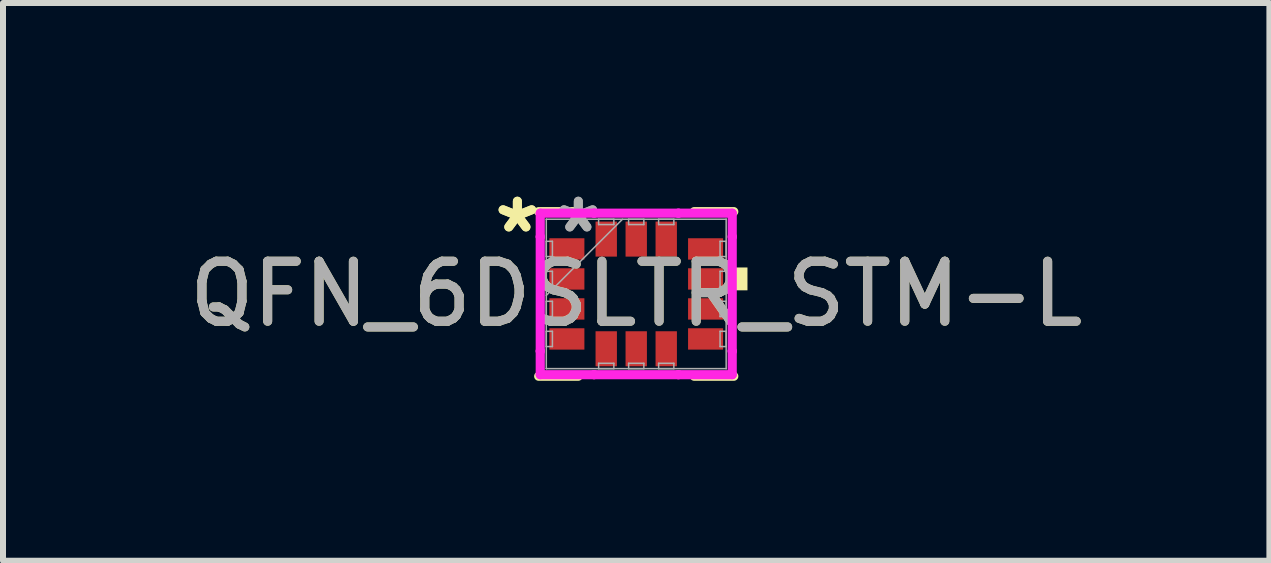
<source format=kicad_pcb>
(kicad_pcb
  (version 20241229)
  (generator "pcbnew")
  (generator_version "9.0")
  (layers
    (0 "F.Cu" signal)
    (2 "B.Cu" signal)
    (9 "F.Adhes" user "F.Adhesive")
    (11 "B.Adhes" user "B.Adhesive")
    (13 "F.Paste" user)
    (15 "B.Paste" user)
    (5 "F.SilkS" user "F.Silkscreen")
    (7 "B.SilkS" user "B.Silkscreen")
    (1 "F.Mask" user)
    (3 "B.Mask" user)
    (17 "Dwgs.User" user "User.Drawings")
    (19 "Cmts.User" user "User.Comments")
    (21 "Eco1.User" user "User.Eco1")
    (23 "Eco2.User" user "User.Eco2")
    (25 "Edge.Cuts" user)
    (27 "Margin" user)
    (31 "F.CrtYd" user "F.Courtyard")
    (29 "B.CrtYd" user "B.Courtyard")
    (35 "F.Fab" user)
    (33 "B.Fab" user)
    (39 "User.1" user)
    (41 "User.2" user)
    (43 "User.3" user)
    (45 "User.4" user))
  (footprint "QFN_6DSLTR_STM-L"
    (layer "F.Cu")
    (at 7.554 1.849)
    (property "Reference" "QFN_6DSLTR_STM-L" (at 0 0 0) (unlocked yes) (layer "F.SilkS") (effects (font (size 1 1) (thickness 0.15))))
    (attr smd)
    (fp_line (start -1.626 1.372) (end -0.967 1.372) (stroke (width 0.152) (type solid)) (layer "F.SilkS"))
    (fp_line (start -0.967 -1.372) (end -1.626 -1.372) (stroke (width 0.152) (type solid)) (layer "F.SilkS"))
    (fp_line (start 0.967 1.372) (end 1.626 1.372) (stroke (width 0.152) (type solid)) (layer "F.SilkS"))
    (fp_line (start 1.626 -1.372) (end 0.967 -1.372) (stroke (width 0.152) (type solid)) (layer "F.SilkS"))
    (fp_poly (pts (xy 1.854 -0.441) (xy 1.854 -0.06) (xy 1.6 -0.06) (xy 1.6 -0.441)) (stroke (width 0) (type solid)) (fill yes) (layer "F.SilkS"))
    (fp_line (start -1.6 -1.346) (end -0.703 -1.346) (stroke (width 0.152) (type solid)) (layer "F.CrtYd"))
    (fp_line (start -1.6 -0.953) (end -1.6 -1.346) (stroke (width 0.152) (type solid)) (layer "F.CrtYd"))
    (fp_line (start -1.6 -0.953) (end -1.6 -0.953) (stroke (width 0.152) (type solid)) (layer "F.CrtYd"))
    (fp_line (start -1.6 0.953) (end -1.6 -0.953) (stroke (width 0.152) (type solid)) (layer "F.CrtYd"))
    (fp_line (start -1.6 0.953) (end -1.6 0.953) (stroke (width 0.152) (type solid)) (layer "F.CrtYd"))
    (fp_line (start -1.6 1.346) (end -1.6 0.953) (stroke (width 0.152) (type solid)) (layer "F.CrtYd"))
    (fp_line (start -0.703 -1.346) (end -0.703 -1.346) (stroke (width 0.152) (type solid)) (layer "F.CrtYd"))
    (fp_line (start -0.703 -1.346) (end 0.703 -1.346) (stroke (width 0.152) (type solid)) (layer "F.CrtYd"))
    (fp_line (start -0.703 1.346) (end -1.6 1.346) (stroke (width 0.152) (type solid)) (layer "F.CrtYd"))
    (fp_line (start -0.703 1.346) (end -0.703 1.346) (stroke (width 0.152) (type solid)) (layer "F.CrtYd"))
    (fp_line (start 0.703 -1.346) (end 0.703 -1.346) (stroke (width 0.152) (type solid)) (layer "F.CrtYd"))
    (fp_line (start 0.703 -1.346) (end 1.6 -1.346) (stroke (width 0.152) (type solid)) (layer "F.CrtYd"))
    (fp_line (start 0.703 1.346) (end -0.703 1.346) (stroke (width 0.152) (type solid)) (layer "F.CrtYd"))
    (fp_line (start 0.703 1.346) (end 0.703 1.346) (stroke (width 0.152) (type solid)) (layer "F.CrtYd"))
    (fp_line (start 1.6 -1.346) (end 1.6 -0.953) (stroke (width 0.152) (type solid)) (layer "F.CrtYd"))
    (fp_line (start 1.6 -0.953) (end 1.6 -0.953) (stroke (width 0.152) (type solid)) (layer "F.CrtYd"))
    (fp_line (start 1.6 -0.953) (end 1.6 0.953) (stroke (width 0.152) (type solid)) (layer "F.CrtYd"))
    (fp_line (start 1.6 0.953) (end 1.6 0.953) (stroke (width 0.152) (type solid)) (layer "F.CrtYd"))
    (fp_line (start 1.6 0.953) (end 1.6 1.346) (stroke (width 0.152) (type solid)) (layer "F.CrtYd"))
    (fp_line (start 1.6 1.346) (end 0.703 1.346) (stroke (width 0.152) (type solid)) (layer "F.CrtYd"))
    (fp_line (start -1.499 -1.245) (end -1.499 -1.245) (stroke (width 0.025) (type solid)) (layer "F.Fab"))
    (fp_line (start -1.499 -1.245) (end -1.499 1.245) (stroke (width 0.025) (type solid)) (layer "F.Fab"))
    (fp_line (start -1.499 -0.877) (end -1.397 -0.877) (stroke (width 0.025) (type solid)) (layer "F.Fab"))
    (fp_line (start -1.499 -0.623) (end -1.499 -0.877) (stroke (width 0.025) (type solid)) (layer "F.Fab"))
    (fp_line (start -1.499 -0.377) (end -1.397 -0.377) (stroke (width 0.025) (type solid)) (layer "F.Fab"))
    (fp_line (start -1.499 -0.123) (end -1.499 -0.377) (stroke (width 0.025) (type solid)) (layer "F.Fab"))
    (fp_line (start -1.499 0.025) (end -0.229 -1.245) (stroke (width 0.025) (type solid)) (layer "F.Fab"))
    (fp_line (start -1.499 0.123) (end -1.397 0.123) (stroke (width 0.025) (type solid)) (layer "F.Fab"))
    (fp_line (start -1.499 0.377) (end -1.499 0.123) (stroke (width 0.025) (type solid)) (layer "F.Fab"))
    (fp_line (start -1.499 0.623) (end -1.397 0.623) (stroke (width 0.025) (type solid)) (layer "F.Fab"))
    (fp_line (start -1.499 0.877) (end -1.499 0.623) (stroke (width 0.025) (type solid)) (layer "F.Fab"))
    (fp_line (start -1.499 1.245) (end -1.499 1.245) (stroke (width 0.025) (type solid)) (layer "F.Fab"))
    (fp_line (start -1.499 1.245) (end 1.499 1.245) (stroke (width 0.025) (type solid)) (layer "F.Fab"))
    (fp_line (start -1.397 -0.877) (end -1.397 -0.623) (stroke (width 0.025) (type solid)) (layer "F.Fab"))
    (fp_line (start -1.397 -0.623) (end -1.499 -0.623) (stroke (width 0.025) (type solid)) (layer "F.Fab"))
    (fp_line (start -1.397 -0.377) (end -1.397 -0.123) (stroke (width 0.025) (type solid)) (layer "F.Fab"))
    (fp_line (start -1.397 -0.123) (end -1.499 -0.123) (stroke (width 0.025) (type solid)) (layer "F.Fab"))
    (fp_line (start -1.397 0.123) (end -1.397 0.377) (stroke (width 0.025) (type solid)) (layer "F.Fab"))
    (fp_line (start -1.397 0.377) (end -1.499 0.377) (stroke (width 0.025) (type solid)) (layer "F.Fab"))
    (fp_line (start -1.397 0.623) (end -1.397 0.877) (stroke (width 0.025) (type solid)) (layer "F.Fab"))
    (fp_line (start -1.397 0.877) (end -1.499 0.877) (stroke (width 0.025) (type solid)) (layer "F.Fab"))
    (fp_line (start -0.627 -1.245) (end -0.373 -1.245) (stroke (width 0.025) (type solid)) (layer "F.Fab"))
    (fp_line (start -0.627 -1.156) (end -0.627 -1.245) (stroke (width 0.025) (type solid)) (layer "F.Fab"))
    (fp_line (start -0.627 1.156) (end -0.373 1.156) (stroke (width 0.025) (type solid)) (layer "F.Fab"))
    (fp_line (start -0.627 1.245) (end -0.627 1.156) (stroke (width 0.025) (type solid)) (layer "F.Fab"))
    (fp_line (start -0.373 -1.245) (end -0.373 -1.156) (stroke (width 0.025) (type solid)) (layer "F.Fab"))
    (fp_line (start -0.373 -1.156) (end -0.627 -1.156) (stroke (width 0.025) (type solid)) (layer "F.Fab"))
    (fp_line (start -0.373 1.156) (end -0.373 1.245) (stroke (width 0.025) (type solid)) (layer "F.Fab"))
    (fp_line (start -0.373 1.245) (end -0.627 1.245) (stroke (width 0.025) (type solid)) (layer "F.Fab"))
    (fp_line (start -0.127 -1.245) (end 0.127 -1.245) (stroke (width 0.025) (type solid)) (layer "F.Fab"))
    (fp_line (start -0.127 -1.156) (end -0.127 -1.245) (stroke (width 0.025) (type solid)) (layer "F.Fab"))
    (fp_line (start -0.127 1.156) (end 0.127 1.156) (stroke (width 0.025) (type solid)) (layer "F.Fab"))
    (fp_line (start -0.127 1.245) (end -0.127 1.156) (stroke (width 0.025) (type solid)) (layer "F.Fab"))
    (fp_line (start 0.127 -1.245) (end 0.127 -1.156) (stroke (width 0.025) (type solid)) (layer "F.Fab"))
    (fp_line (start 0.127 -1.156) (end -0.127 -1.156) (stroke (width 0.025) (type solid)) (layer "F.Fab"))
    (fp_line (start 0.127 1.156) (end 0.127 1.245) (stroke (width 0.025) (type solid)) (layer "F.Fab"))
    (fp_line (start 0.127 1.245) (end -0.127 1.245) (stroke (width 0.025) (type solid)) (layer "F.Fab"))
    (fp_line (start 0.373 -1.245) (end 0.627 -1.245) (stroke (width 0.025) (type solid)) (layer "F.Fab"))
    (fp_line (start 0.373 -1.156) (end 0.373 -1.245) (stroke (width 0.025) (type solid)) (layer "F.Fab"))
    (fp_line (start 0.373 1.156) (end 0.627 1.156) (stroke (width 0.025) (type solid)) (layer "F.Fab"))
    (fp_line (start 0.373 1.245) (end 0.373 1.156) (stroke (width 0.025) (type solid)) (layer "F.Fab"))
    (fp_line (start 0.627 -1.245) (end 0.627 -1.156) (stroke (width 0.025) (type solid)) (layer "F.Fab"))
    (fp_line (start 0.627 -1.156) (end 0.373 -1.156) (stroke (width 0.025) (type solid)) (layer "F.Fab"))
    (fp_line (start 0.627 1.156) (end 0.627 1.245) (stroke (width 0.025) (type solid)) (layer "F.Fab"))
    (fp_line (start 0.627 1.245) (end 0.373 1.245) (stroke (width 0.025) (type solid)) (layer "F.Fab"))
    (fp_line (start 1.397 -0.877) (end 1.499 -0.877) (stroke (width 0.025) (type solid)) (layer "F.Fab"))
    (fp_line (start 1.397 -0.623) (end 1.397 -0.877) (stroke (width 0.025) (type solid)) (layer "F.Fab"))
    (fp_line (start 1.397 -0.377) (end 1.499 -0.377) (stroke (width 0.025) (type solid)) (layer "F.Fab"))
    (fp_line (start 1.397 -0.123) (end 1.397 -0.377) (stroke (width 0.025) (type solid)) (layer "F.Fab"))
    (fp_line (start 1.397 0.123) (end 1.499 0.123) (stroke (width 0.025) (type solid)) (layer "F.Fab"))
    (fp_line (start 1.397 0.377) (end 1.397 0.123) (stroke (width 0.025) (type solid)) (layer "F.Fab"))
    (fp_line (start 1.397 0.623) (end 1.499 0.623) (stroke (width 0.025) (type solid)) (layer "F.Fab"))
    (fp_line (start 1.397 0.877) (end 1.397 0.623) (stroke (width 0.025) (type solid)) (layer "F.Fab"))
    (fp_line (start 1.499 -1.245) (end -1.499 -1.245) (stroke (width 0.025) (type solid)) (layer "F.Fab"))
    (fp_line (start 1.499 -1.245) (end 1.499 -1.245) (stroke (width 0.025) (type solid)) (layer "F.Fab"))
    (fp_line (start 1.499 -0.877) (end 1.499 -0.623) (stroke (width 0.025) (type solid)) (layer "F.Fab"))
    (fp_line (start 1.499 -0.623) (end 1.397 -0.623) (stroke (width 0.025) (type solid)) (layer "F.Fab"))
    (fp_line (start 1.499 -0.377) (end 1.499 -0.123) (stroke (width 0.025) (type solid)) (layer "F.Fab"))
    (fp_line (start 1.499 -0.123) (end 1.397 -0.123) (stroke (width 0.025) (type solid)) (layer "F.Fab"))
    (fp_line (start 1.499 0.123) (end 1.499 0.377) (stroke (width 0.025) (type solid)) (layer "F.Fab"))
    (fp_line (start 1.499 0.377) (end 1.397 0.377) (stroke (width 0.025) (type solid)) (layer "F.Fab"))
    (fp_line (start 1.499 0.623) (end 1.499 0.877) (stroke (width 0.025) (type solid)) (layer "F.Fab"))
    (fp_line (start 1.499 0.877) (end 1.397 0.877) (stroke (width 0.025) (type solid)) (layer "F.Fab"))
    (fp_line (start 1.499 1.245) (end 1.499 -1.245) (stroke (width 0.025) (type solid)) (layer "F.Fab"))
    (fp_line (start 1.499 1.245) (end 1.499 1.245) (stroke (width 0.025) (type solid)) (layer "F.Fab"))
    (fp_text user "*" (at -1.981 -1 0) (layer "F.SilkS") (effects (font (size 1 1) (thickness 0.15))))
    (fp_text user "*" (at -1.981 -1 0) (unlocked yes) (layer "F.SilkS") (effects (font (size 1 1) (thickness 0.15))))
    (fp_text user "*" (at -0.965 -1 0) (unlocked yes) (layer "F.Fab") (effects (font (size 1 1) (thickness 0.15))))
    (fp_text user "${REFERENCE}" (at 0 0 0) (unlocked yes) (layer "F.Fab") (effects (font (size 1 1) (thickness 0.15))))
    (fp_text user "*" (at -0.965 -1 0) (layer "F.Fab") (effects (font (size 1 1) (thickness 0.15))))
    (pad "1" smd rect (at -1.156 -0.75 90) (size 0.356 0.584) (layers "F.Cu" "F.Mask" "F.Paste"))
    (pad "2" smd rect (at -1.156 -0.25 90) (size 0.356 0.584) (layers "F.Cu" "F.Mask" "F.Paste"))
    (pad "3" smd rect (at -1.156 0.25 90) (size 0.356 0.584) (layers "F.Cu" "F.Mask" "F.Paste"))
    (pad "4" smd rect (at -1.156 0.75 90) (size 0.356 0.584) (layers "F.Cu" "F.Mask" "F.Paste"))
    (pad "5" smd rect (at -0.5 0.914) (size 0.356 0.584) (layers "F.Cu" "F.Mask" "F.Paste"))
    (pad "6" smd rect (at 0 0.914) (size 0.356 0.584) (layers "F.Cu" "F.Mask" "F.Paste"))
    (pad "7" smd rect (at 0.5 0.914) (size 0.356 0.584) (layers "F.Cu" "F.Mask" "F.Paste"))
    (pad "8" smd rect (at 1.156 0.75 90) (size 0.356 0.584) (layers "F.Cu" "F.Mask" "F.Paste"))
    (pad "9" smd rect (at 1.156 0.25 90) (size 0.356 0.584) (layers "F.Cu" "F.Mask" "F.Paste"))
    (pad "10" smd rect (at 1.156 -0.25 90) (size 0.356 0.584) (layers "F.Cu" "F.Mask" "F.Paste"))
    (pad "11" smd rect (at 1.156 -0.75 90) (size 0.356 0.584) (layers "F.Cu" "F.Mask" "F.Paste"))
    (pad "12" smd rect (at 0.5 -0.914) (size 0.356 0.584) (layers "F.Cu" "F.Mask" "F.Paste"))
    (pad "13" smd rect (at 0 -0.914) (size 0.356 0.584) (layers "F.Cu" "F.Mask" "F.Paste"))
    (pad "14" smd rect (at -0.5 -0.914) (size 0.356 0.584) (layers "F.Cu" "F.Mask" "F.Paste")))
  (gr_rect
    (start -3 -3)
    (end 18.107 6.296)
    (stroke (width 0.1) (type default))
    (fill no)
    (layer "Edge.Cuts")))
</source>
